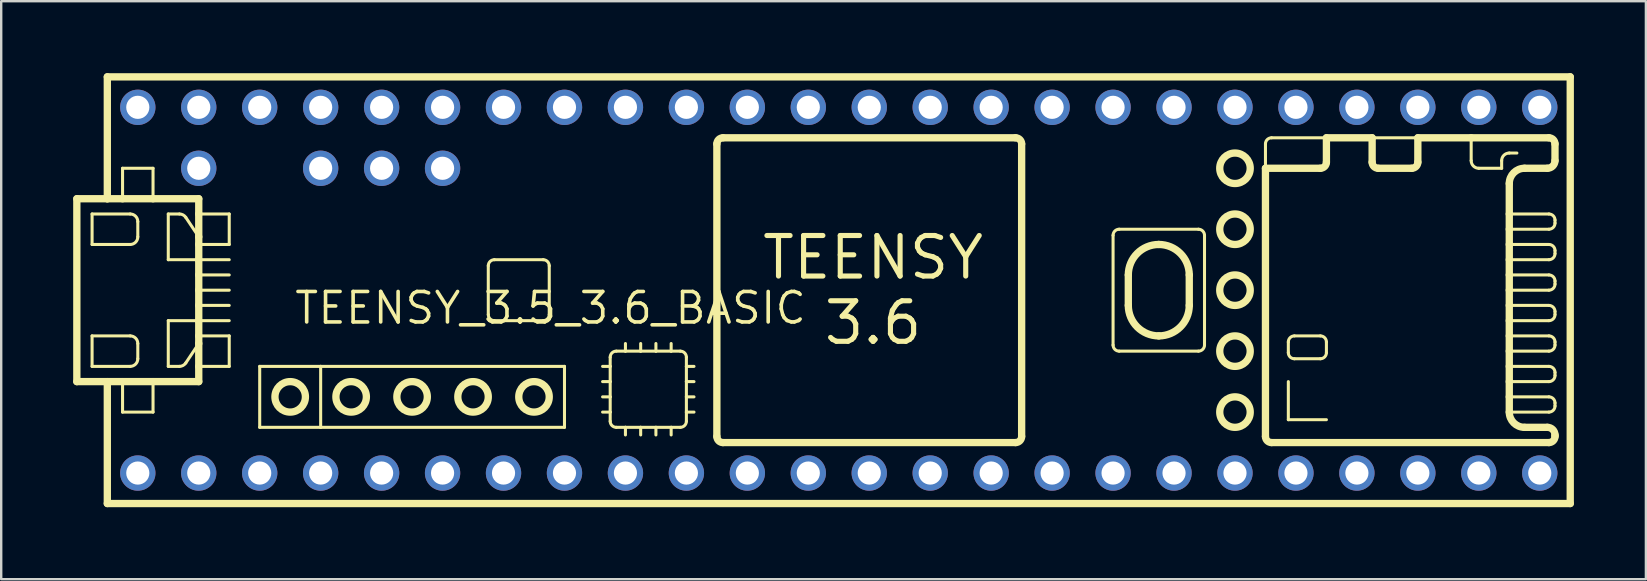
<source format=kicad_pcb>
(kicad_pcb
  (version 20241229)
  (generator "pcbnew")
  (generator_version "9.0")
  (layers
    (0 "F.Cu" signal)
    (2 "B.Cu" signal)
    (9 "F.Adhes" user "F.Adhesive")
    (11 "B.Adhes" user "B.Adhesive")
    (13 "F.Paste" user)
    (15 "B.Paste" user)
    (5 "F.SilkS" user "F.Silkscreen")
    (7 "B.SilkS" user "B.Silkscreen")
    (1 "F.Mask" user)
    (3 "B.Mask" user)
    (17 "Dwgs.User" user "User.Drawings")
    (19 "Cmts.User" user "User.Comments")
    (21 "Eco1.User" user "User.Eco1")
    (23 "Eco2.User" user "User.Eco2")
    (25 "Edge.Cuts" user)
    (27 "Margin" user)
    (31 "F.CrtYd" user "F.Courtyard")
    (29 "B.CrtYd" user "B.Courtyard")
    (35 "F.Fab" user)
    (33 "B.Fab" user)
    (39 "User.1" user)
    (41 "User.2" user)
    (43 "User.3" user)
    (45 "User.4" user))
  (footprint "TEENSY_3.5_3.6_BASIC"
    (layer "F.Cu")
    (at 30.632 9.042)
    (property "Reference" "TEENSY_3.5_3.6_BASIC" (at 0 0 0) (layer "F.SilkS") (effects (font (size 1.27 1.27) (thickness 0.15)) (justify right top)))
    (attr through_hole)
    (fp_line (start -30.48 -3.81) (end -30.48 3.81) (stroke (width 0.305) (type solid)) (layer "F.SilkS"))
    (fp_line (start -30.48 3.81) (end -29.21 3.81) (stroke (width 0.305) (type solid)) (layer "F.SilkS"))
    (fp_line (start -29.845 -3.175) (end -29.845 -1.905) (stroke (width 0.127) (type solid)) (layer "F.SilkS"))
    (fp_line (start -29.845 -3.175) (end -28.258 -3.175) (stroke (width 0.127) (type solid)) (layer "F.SilkS"))
    (fp_line (start -29.845 1.905) (end -29.845 3.175) (stroke (width 0.127) (type solid)) (layer "F.SilkS"))
    (fp_line (start -29.845 3.175) (end -28.258 3.175) (stroke (width 0.127) (type solid)) (layer "F.SilkS"))
    (fp_line (start -29.21 -8.89) (end -29.21 -3.81) (stroke (width 0.305) (type solid)) (layer "F.SilkS"))
    (fp_line (start -29.21 -8.89) (end 31.75 -8.89) (stroke (width 0.305) (type solid)) (layer "F.SilkS"))
    (fp_line (start -29.21 -3.81) (end -30.48 -3.81) (stroke (width 0.305) (type solid)) (layer "F.SilkS"))
    (fp_line (start -29.21 3.81) (end -28.575 3.81) (stroke (width 0.305) (type solid)) (layer "F.SilkS"))
    (fp_line (start -29.21 8.89) (end -29.21 3.81) (stroke (width 0.305) (type solid)) (layer "F.SilkS"))
    (fp_line (start -28.575 -5.08) (end -27.305 -5.08) (stroke (width 0.127) (type solid)) (layer "F.SilkS"))
    (fp_line (start -28.575 -3.81) (end -29.21 -3.81) (stroke (width 0.305) (type solid)) (layer "F.SilkS"))
    (fp_line (start -28.575 -3.81) (end -28.575 -5.08) (stroke (width 0.127) (type solid)) (layer "F.SilkS"))
    (fp_line (start -28.575 3.81) (end -28.575 5.08) (stroke (width 0.127) (type solid)) (layer "F.SilkS"))
    (fp_line (start -28.575 3.81) (end -27.305 3.81) (stroke (width 0.305) (type solid)) (layer "F.SilkS"))
    (fp_line (start -28.575 5.08) (end -27.305 5.08) (stroke (width 0.127) (type solid)) (layer "F.SilkS"))
    (fp_line (start -28.258 -1.905) (end -29.845 -1.905) (stroke (width 0.127) (type solid)) (layer "F.SilkS"))
    (fp_line (start -28.258 1.905) (end -29.845 1.905) (stroke (width 0.127) (type solid)) (layer "F.SilkS"))
    (fp_line (start -27.94 -2.857) (end -27.94 -2.223) (stroke (width 0.127) (type solid)) (layer "F.SilkS"))
    (fp_line (start -27.94 2.857) (end -27.94 2.223) (stroke (width 0.127) (type solid)) (layer "F.SilkS"))
    (fp_line (start -27.305 -5.08) (end -27.305 -3.81) (stroke (width 0.127) (type solid)) (layer "F.SilkS"))
    (fp_line (start -27.305 -3.81) (end -28.575 -3.81) (stroke (width 0.305) (type solid)) (layer "F.SilkS"))
    (fp_line (start -27.305 3.81) (end -25.4 3.81) (stroke (width 0.305) (type solid)) (layer "F.SilkS"))
    (fp_line (start -27.305 5.08) (end -27.305 3.81) (stroke (width 0.127) (type solid)) (layer "F.SilkS"))
    (fp_line (start -26.67 -3.175) (end -26.205 -3.175) (stroke (width 0.127) (type solid)) (layer "F.SilkS"))
    (fp_line (start -26.67 -1.27) (end -26.67 -3.175) (stroke (width 0.127) (type solid)) (layer "F.SilkS"))
    (fp_line (start -26.67 1.27) (end -26.67 3.175) (stroke (width 0.127) (type solid)) (layer "F.SilkS"))
    (fp_line (start -26.67 3.175) (end -26.205 3.175) (stroke (width 0.127) (type solid)) (layer "F.SilkS"))
    (fp_line (start -25.941 -3.034) (end -25.4 -2.223) (stroke (width 0.127) (type solid)) (layer "F.SilkS"))
    (fp_line (start -25.941 3.034) (end -25.4 2.223) (stroke (width 0.127) (type solid)) (layer "F.SilkS"))
    (fp_line (start -25.4 -3.81) (end -27.305 -3.81) (stroke (width 0.305) (type solid)) (layer "F.SilkS"))
    (fp_line (start -25.4 -3.175) (end -25.4 -3.81) (stroke (width 0.305) (type solid)) (layer "F.SilkS"))
    (fp_line (start -25.4 -2.223) (end -25.4 -3.175) (stroke (width 0.305) (type solid)) (layer "F.SilkS"))
    (fp_line (start -25.4 -1.905) (end -25.4 -2.223) (stroke (width 0.305) (type solid)) (layer "F.SilkS"))
    (fp_line (start -25.4 -1.905) (end -24.13 -1.905) (stroke (width 0.127) (type solid)) (layer "F.SilkS"))
    (fp_line (start -25.4 -1.27) (end -26.67 -1.27) (stroke (width 0.127) (type solid)) (layer "F.SilkS"))
    (fp_line (start -25.4 -1.27) (end -25.4 -1.905) (stroke (width 0.305) (type solid)) (layer "F.SilkS"))
    (fp_line (start -25.4 -1.27) (end -24.13 -1.27) (stroke (width 0.127) (type solid)) (layer "F.SilkS"))
    (fp_line (start -25.4 -0.635) (end -25.4 -1.27) (stroke (width 0.305) (type solid)) (layer "F.SilkS"))
    (fp_line (start -25.4 -0.635) (end -24.13 -0.635) (stroke (width 0.127) (type solid)) (layer "F.SilkS"))
    (fp_line (start -25.4 0) (end -25.4 -0.635) (stroke (width 0.305) (type solid)) (layer "F.SilkS"))
    (fp_line (start -25.4 0) (end -24.13 0) (stroke (width 0.127) (type solid)) (layer "F.SilkS"))
    (fp_line (start -25.4 0.635) (end -25.4 0) (stroke (width 0.305) (type solid)) (layer "F.SilkS"))
    (fp_line (start -25.4 0.635) (end -24.13 0.635) (stroke (width 0.127) (type solid)) (layer "F.SilkS"))
    (fp_line (start -25.4 1.27) (end -26.67 1.27) (stroke (width 0.127) (type solid)) (layer "F.SilkS"))
    (fp_line (start -25.4 1.27) (end -25.4 0.635) (stroke (width 0.305) (type solid)) (layer "F.SilkS"))
    (fp_line (start -25.4 1.27) (end -24.13 1.27) (stroke (width 0.127) (type solid)) (layer "F.SilkS"))
    (fp_line (start -25.4 1.905) (end -25.4 1.27) (stroke (width 0.305) (type solid)) (layer "F.SilkS"))
    (fp_line (start -25.4 1.905) (end -24.13 1.905) (stroke (width 0.127) (type solid)) (layer "F.SilkS"))
    (fp_line (start -25.4 2.223) (end -25.4 1.905) (stroke (width 0.305) (type solid)) (layer "F.SilkS"))
    (fp_line (start -25.4 3.175) (end -25.4 2.223) (stroke (width 0.305) (type solid)) (layer "F.SilkS"))
    (fp_line (start -25.4 3.81) (end -25.4 3.175) (stroke (width 0.305) (type solid)) (layer "F.SilkS"))
    (fp_line (start -24.13 -3.175) (end -25.4 -3.175) (stroke (width 0.127) (type solid)) (layer "F.SilkS"))
    (fp_line (start -24.13 -1.905) (end -24.13 -3.175) (stroke (width 0.127) (type solid)) (layer "F.SilkS"))
    (fp_line (start -24.13 1.905) (end -24.13 3.175) (stroke (width 0.127) (type solid)) (layer "F.SilkS"))
    (fp_line (start -24.13 3.175) (end -25.4 3.175) (stroke (width 0.127) (type solid)) (layer "F.SilkS"))
    (fp_line (start -22.86 3.175) (end -20.32 3.175) (stroke (width 0.127) (type solid)) (layer "F.SilkS"))
    (fp_line (start -22.86 5.715) (end -22.86 3.175) (stroke (width 0.127) (type solid)) (layer "F.SilkS"))
    (fp_line (start -20.32 3.175) (end -20.32 5.715) (stroke (width 0.127) (type solid)) (layer "F.SilkS"))
    (fp_line (start -20.32 3.175) (end -10.16 3.175) (stroke (width 0.127) (type solid)) (layer "F.SilkS"))
    (fp_line (start -20.32 5.715) (end -22.86 5.715) (stroke (width 0.127) (type solid)) (layer "F.SilkS"))
    (fp_line (start -13.335 -1.016) (end -13.335 1.016) (stroke (width 0.127) (type solid)) (layer "F.SilkS"))
    (fp_line (start -13.081 1.27) (end -11.049 1.27) (stroke (width 0.127) (type solid)) (layer "F.SilkS"))
    (fp_line (start -11.049 -1.27) (end -13.081 -1.27) (stroke (width 0.127) (type solid)) (layer "F.SilkS"))
    (fp_line (start -10.795 1.016) (end -10.795 -1.016) (stroke (width 0.127) (type solid)) (layer "F.SilkS"))
    (fp_line (start -10.16 3.175) (end -10.16 5.715) (stroke (width 0.127) (type solid)) (layer "F.SilkS"))
    (fp_line (start -10.16 5.715) (end -20.32 5.715) (stroke (width 0.127) (type solid)) (layer "F.SilkS"))
    (fp_line (start -8.255 2.794) (end -8.255 3.175) (stroke (width 0.127) (type solid)) (layer "F.SilkS"))
    (fp_line (start -8.255 3.175) (end -8.572 3.175) (stroke (width 0.127) (type solid)) (layer "F.SilkS"))
    (fp_line (start -8.255 3.175) (end -8.255 3.81) (stroke (width 0.127) (type solid)) (layer "F.SilkS"))
    (fp_line (start -8.255 3.81) (end -8.572 3.81) (stroke (width 0.127) (type solid)) (layer "F.SilkS"))
    (fp_line (start -8.255 3.81) (end -8.255 4.445) (stroke (width 0.127) (type solid)) (layer "F.SilkS"))
    (fp_line (start -8.255 4.445) (end -8.572 4.445) (stroke (width 0.127) (type solid)) (layer "F.SilkS"))
    (fp_line (start -8.255 4.445) (end -8.255 5.08) (stroke (width 0.127) (type solid)) (layer "F.SilkS"))
    (fp_line (start -8.255 5.08) (end -8.572 5.08) (stroke (width 0.127) (type solid)) (layer "F.SilkS"))
    (fp_line (start -8.255 5.08) (end -8.255 5.461) (stroke (width 0.127) (type solid)) (layer "F.SilkS"))
    (fp_line (start -8.001 5.715) (end -7.62 5.715) (stroke (width 0.127) (type solid)) (layer "F.SilkS"))
    (fp_line (start -7.62 2.54) (end -8.001 2.54) (stroke (width 0.127) (type solid)) (layer "F.SilkS"))
    (fp_line (start -7.62 2.54) (end -7.62 2.223) (stroke (width 0.127) (type solid)) (layer "F.SilkS"))
    (fp_line (start -7.62 5.715) (end -7.62 6.032) (stroke (width 0.127) (type solid)) (layer "F.SilkS"))
    (fp_line (start -7.62 5.715) (end -6.985 5.715) (stroke (width 0.127) (type solid)) (layer "F.SilkS"))
    (fp_line (start -6.985 2.54) (end -7.62 2.54) (stroke (width 0.127) (type solid)) (layer "F.SilkS"))
    (fp_line (start -6.985 2.54) (end -6.985 2.223) (stroke (width 0.127) (type solid)) (layer "F.SilkS"))
    (fp_line (start -6.985 5.715) (end -6.985 6.032) (stroke (width 0.127) (type solid)) (layer "F.SilkS"))
    (fp_line (start -6.985 5.715) (end -6.35 5.715) (stroke (width 0.127) (type solid)) (layer "F.SilkS"))
    (fp_line (start -6.35 2.54) (end -6.985 2.54) (stroke (width 0.127) (type solid)) (layer "F.SilkS"))
    (fp_line (start -6.35 2.54) (end -6.35 2.223) (stroke (width 0.127) (type solid)) (layer "F.SilkS"))
    (fp_line (start -6.35 5.715) (end -6.35 6.032) (stroke (width 0.127) (type solid)) (layer "F.SilkS"))
    (fp_line (start -6.35 5.715) (end -5.715 5.715) (stroke (width 0.127) (type solid)) (layer "F.SilkS"))
    (fp_line (start -5.715 2.54) (end -6.35 2.54) (stroke (width 0.127) (type solid)) (layer "F.SilkS"))
    (fp_line (start -5.715 2.54) (end -5.715 2.223) (stroke (width 0.127) (type solid)) (layer "F.SilkS"))
    (fp_line (start -5.715 5.715) (end -5.715 6.032) (stroke (width 0.127) (type solid)) (layer "F.SilkS"))
    (fp_line (start -5.715 5.715) (end -5.334 5.715) (stroke (width 0.127) (type solid)) (layer "F.SilkS"))
    (fp_line (start -5.334 2.54) (end -5.715 2.54) (stroke (width 0.127) (type solid)) (layer "F.SilkS"))
    (fp_line (start -5.08 3.175) (end -5.08 2.794) (stroke (width 0.127) (type solid)) (layer "F.SilkS"))
    (fp_line (start -5.08 3.175) (end -4.763 3.175) (stroke (width 0.127) (type solid)) (layer "F.SilkS"))
    (fp_line (start -5.08 3.81) (end -5.08 3.175) (stroke (width 0.127) (type solid)) (layer "F.SilkS"))
    (fp_line (start -5.08 3.81) (end -4.763 3.81) (stroke (width 0.127) (type solid)) (layer "F.SilkS"))
    (fp_line (start -5.08 4.445) (end -5.08 3.81) (stroke (width 0.127) (type solid)) (layer "F.SilkS"))
    (fp_line (start -5.08 4.445) (end -4.763 4.445) (stroke (width 0.127) (type solid)) (layer "F.SilkS"))
    (fp_line (start -5.08 5.08) (end -5.08 4.445) (stroke (width 0.127) (type solid)) (layer "F.SilkS"))
    (fp_line (start -5.08 5.08) (end -4.763 5.08) (stroke (width 0.127) (type solid)) (layer "F.SilkS"))
    (fp_line (start -5.08 5.461) (end -5.08 5.08) (stroke (width 0.127) (type solid)) (layer "F.SilkS"))
    (fp_line (start -3.81 6.096) (end -3.81 -6.096) (stroke (width 0.305) (type solid)) (layer "F.SilkS"))
    (fp_line (start -3.556 -6.35) (end 8.636 -6.35) (stroke (width 0.305) (type solid)) (layer "F.SilkS"))
    (fp_line (start 8.636 6.35) (end -3.556 6.35) (stroke (width 0.305) (type solid)) (layer "F.SilkS"))
    (fp_line (start 8.89 -6.096) (end 8.89 6.096) (stroke (width 0.305) (type solid)) (layer "F.SilkS"))
    (fp_line (start 12.7 -2.286) (end 12.7 2.286) (stroke (width 0.127) (type solid)) (layer "F.SilkS"))
    (fp_line (start 12.954 2.54) (end 16.256 2.54) (stroke (width 0.127) (type solid)) (layer "F.SilkS"))
    (fp_line (start 13.335 0.635) (end 13.335 -0.635) (stroke (width 0.305) (type solid)) (layer "F.SilkS"))
    (fp_line (start 15.875 -0.635) (end 15.875 0.635) (stroke (width 0.305) (type solid)) (layer "F.SilkS"))
    (fp_line (start 16.256 -2.54) (end 12.954 -2.54) (stroke (width 0.127) (type solid)) (layer "F.SilkS"))
    (fp_line (start 16.51 2.286) (end 16.51 -2.286) (stroke (width 0.127) (type solid)) (layer "F.SilkS"))
    (fp_line (start 19.05 -5.08) (end 19.05 -6.096) (stroke (width 0.127) (type solid)) (layer "F.SilkS"))
    (fp_line (start 19.05 -5.08) (end 21.336 -5.08) (stroke (width 0.305) (type solid)) (layer "F.SilkS"))
    (fp_line (start 19.05 6.096) (end 19.05 -5.08) (stroke (width 0.305) (type solid)) (layer "F.SilkS"))
    (fp_line (start 19.304 -6.35) (end 21.59 -6.35) (stroke (width 0.127) (type solid)) (layer "F.SilkS"))
    (fp_line (start 20.003 2.159) (end 20.003 2.603) (stroke (width 0.127) (type solid)) (layer "F.SilkS"))
    (fp_line (start 20.003 3.81) (end 20.003 5.397) (stroke (width 0.127) (type solid)) (layer "F.SilkS"))
    (fp_line (start 20.003 5.397) (end 21.59 5.397) (stroke (width 0.127) (type solid)) (layer "F.SilkS"))
    (fp_line (start 20.256 2.857) (end 21.336 2.857) (stroke (width 0.127) (type solid)) (layer "F.SilkS"))
    (fp_line (start 21.336 1.905) (end 20.256 1.905) (stroke (width 0.127) (type solid)) (layer "F.SilkS"))
    (fp_line (start 21.59 -6.35) (end 23.495 -6.35) (stroke (width 0.305) (type solid)) (layer "F.SilkS"))
    (fp_line (start 21.59 -5.334) (end 21.59 -6.35) (stroke (width 0.305) (type solid)) (layer "F.SilkS"))
    (fp_line (start 21.59 2.603) (end 21.59 2.159) (stroke (width 0.127) (type solid)) (layer "F.SilkS"))
    (fp_line (start 23.495 -6.35) (end 23.495 -5.334) (stroke (width 0.305) (type solid)) (layer "F.SilkS"))
    (fp_line (start 23.495 -6.35) (end 25.4 -6.35) (stroke (width 0.127) (type solid)) (layer "F.SilkS"))
    (fp_line (start 23.749 -5.08) (end 25.146 -5.08) (stroke (width 0.305) (type solid)) (layer "F.SilkS"))
    (fp_line (start 25.4 -6.35) (end 27.622 -6.35) (stroke (width 0.305) (type solid)) (layer "F.SilkS"))
    (fp_line (start 25.4 -5.334) (end 25.4 -6.35) (stroke (width 0.305) (type solid)) (layer "F.SilkS"))
    (fp_line (start 27.622 -6.35) (end 27.622 -5.397) (stroke (width 0.127) (type solid)) (layer "F.SilkS"))
    (fp_line (start 27.622 -6.35) (end 30.861 -6.35) (stroke (width 0.305) (type solid)) (layer "F.SilkS"))
    (fp_line (start 27.94 -5.08) (end 28.892 -5.08) (stroke (width 0.127) (type solid)) (layer "F.SilkS"))
    (fp_line (start 28.892 -5.08) (end 28.892 -5.397) (stroke (width 0.127) (type solid)) (layer "F.SilkS"))
    (fp_line (start 29.21 -5.715) (end 29.527 -5.715) (stroke (width 0.127) (type solid)) (layer "F.SilkS"))
    (fp_line (start 29.21 -4.445) (end 29.21 -3.175) (stroke (width 0.305) (type solid)) (layer "F.SilkS"))
    (fp_line (start 29.21 -3.175) (end 29.21 -2.54) (stroke (width 0.305) (type solid)) (layer "F.SilkS"))
    (fp_line (start 29.21 -3.175) (end 30.861 -3.175) (stroke (width 0.127) (type solid)) (layer "F.SilkS"))
    (fp_line (start 29.21 -2.54) (end 29.21 -1.905) (stroke (width 0.305) (type solid)) (layer "F.SilkS"))
    (fp_line (start 29.21 -1.905) (end 29.21 -1.27) (stroke (width 0.305) (type solid)) (layer "F.SilkS"))
    (fp_line (start 29.21 -1.905) (end 30.861 -1.905) (stroke (width 0.127) (type solid)) (layer "F.SilkS"))
    (fp_line (start 29.21 -1.27) (end 29.21 -0.635) (stroke (width 0.305) (type solid)) (layer "F.SilkS"))
    (fp_line (start 29.21 -0.635) (end 29.21 0) (stroke (width 0.305) (type solid)) (layer "F.SilkS"))
    (fp_line (start 29.21 -0.635) (end 30.861 -0.635) (stroke (width 0.127) (type solid)) (layer "F.SilkS"))
    (fp_line (start 29.21 0) (end 29.21 0.635) (stroke (width 0.305) (type solid)) (layer "F.SilkS"))
    (fp_line (start 29.21 0.635) (end 29.21 1.27) (stroke (width 0.305) (type solid)) (layer "F.SilkS"))
    (fp_line (start 29.21 0.635) (end 30.861 0.635) (stroke (width 0.127) (type solid)) (layer "F.SilkS"))
    (fp_line (start 29.21 1.27) (end 29.21 1.905) (stroke (width 0.305) (type solid)) (layer "F.SilkS"))
    (fp_line (start 29.21 1.905) (end 29.21 2.54) (stroke (width 0.305) (type solid)) (layer "F.SilkS"))
    (fp_line (start 29.21 1.905) (end 30.861 1.905) (stroke (width 0.127) (type solid)) (layer "F.SilkS"))
    (fp_line (start 29.21 2.54) (end 29.21 3.175) (stroke (width 0.305) (type solid)) (layer "F.SilkS"))
    (fp_line (start 29.21 3.175) (end 29.21 3.81) (stroke (width 0.305) (type solid)) (layer "F.SilkS"))
    (fp_line (start 29.21 3.175) (end 30.861 3.175) (stroke (width 0.127) (type solid)) (layer "F.SilkS"))
    (fp_line (start 29.21 3.81) (end 29.21 4.445) (stroke (width 0.305) (type solid)) (layer "F.SilkS"))
    (fp_line (start 29.21 4.445) (end 29.21 5.08) (stroke (width 0.305) (type solid)) (layer "F.SilkS"))
    (fp_line (start 29.21 4.445) (end 30.861 4.445) (stroke (width 0.127) (type solid)) (layer "F.SilkS"))
    (fp_line (start 29.845 5.715) (end 30.797 5.715) (stroke (width 0.305) (type solid)) (layer "F.SilkS"))
    (fp_line (start 30.797 -5.08) (end 29.845 -5.08) (stroke (width 0.305) (type solid)) (layer "F.SilkS"))
    (fp_line (start 30.861 -2.54) (end 29.21 -2.54) (stroke (width 0.127) (type solid)) (layer "F.SilkS"))
    (fp_line (start 30.861 -1.27) (end 29.21 -1.27) (stroke (width 0.127) (type solid)) (layer "F.SilkS"))
    (fp_line (start 30.861 0) (end 29.21 0) (stroke (width 0.127) (type solid)) (layer "F.SilkS"))
    (fp_line (start 30.861 1.27) (end 29.21 1.27) (stroke (width 0.127) (type solid)) (layer "F.SilkS"))
    (fp_line (start 30.861 2.54) (end 29.21 2.54) (stroke (width 0.127) (type solid)) (layer "F.SilkS"))
    (fp_line (start 30.861 3.81) (end 29.21 3.81) (stroke (width 0.127) (type solid)) (layer "F.SilkS"))
    (fp_line (start 30.861 5.08) (end 29.21 5.08) (stroke (width 0.127) (type solid)) (layer "F.SilkS"))
    (fp_line (start 30.861 6.35) (end 19.304 6.35) (stroke (width 0.305) (type solid)) (layer "F.SilkS"))
    (fp_line (start 31.115 -6.096) (end 31.115 -5.397) (stroke (width 0.305) (type solid)) (layer "F.SilkS"))
    (fp_line (start 31.115 -2.921) (end 31.115 -2.794) (stroke (width 0.127) (type solid)) (layer "F.SilkS"))
    (fp_line (start 31.115 -1.651) (end 31.115 -1.524) (stroke (width 0.127) (type solid)) (layer "F.SilkS"))
    (fp_line (start 31.115 -0.381) (end 31.115 -0.254) (stroke (width 0.127) (type solid)) (layer "F.SilkS"))
    (fp_line (start 31.115 0.889) (end 31.115 1.016) (stroke (width 0.127) (type solid)) (layer "F.SilkS"))
    (fp_line (start 31.115 2.159) (end 31.115 2.286) (stroke (width 0.127) (type solid)) (layer "F.SilkS"))
    (fp_line (start 31.115 3.429) (end 31.115 3.556) (stroke (width 0.127) (type solid)) (layer "F.SilkS"))
    (fp_line (start 31.115 4.699) (end 31.115 4.826) (stroke (width 0.127) (type solid)) (layer "F.SilkS"))
    (fp_line (start 31.115 6.032) (end 31.115 6.096) (stroke (width 0.305) (type solid)) (layer "F.SilkS"))
    (fp_line (start 31.75 -8.89) (end 31.75 8.89) (stroke (width 0.305) (type solid)) (layer "F.SilkS"))
    (fp_line (start 31.75 8.89) (end -29.21 8.89) (stroke (width 0.305) (type solid)) (layer "F.SilkS"))
    (fp_arc (start -28.2575 -3.175) (mid -28.032994 -3.082006) (end -27.94 -2.8575) (stroke (width 0.127) (type solid)) (layer "F.SilkS"))
    (fp_arc (start -28.2575 1.905) (mid -28.032994 1.997994) (end -27.94 2.2225) (stroke (width 0.127) (type solid)) (layer "F.SilkS"))
    (fp_arc (start -27.94 -2.2225) (mid -28.032994 -1.997994) (end -28.2575 -1.905) (stroke (width 0.127) (type solid)) (layer "F.SilkS"))
    (fp_arc (start -27.94 2.8575) (mid -28.032994 3.082006) (end -28.2575 3.175) (stroke (width 0.127) (type solid)) (layer "F.SilkS"))
    (fp_arc (start -26.204921 -3.175) (mid -26.055104 -3.137431) (end -25.940741 -3.033615) (stroke (width 0.127) (type solid)) (layer "F.SilkS"))
    (fp_arc (start -25.940741 3.033615) (mid -26.055104 3.137432) (end -26.204921 3.175) (stroke (width 0.127) (type solid)) (layer "F.SilkS"))
    (fp_arc (start -13.335 -1.016) (mid -13.260605 -1.195605) (end -13.081 -1.27) (stroke (width 0.127) (type solid)) (layer "F.SilkS"))
    (fp_arc (start -13.081 1.27) (mid -13.260605 1.195605) (end -13.335 1.016) (stroke (width 0.127) (type solid)) (layer "F.SilkS"))
    (fp_arc (start -11.049 -1.27) (mid -10.869395 -1.195605) (end -10.795 -1.016) (stroke (width 0.127) (type solid)) (layer "F.SilkS"))
    (fp_arc (start -10.795 1.016) (mid -10.869395 1.195605) (end -11.049 1.27) (stroke (width 0.127) (type solid)) (layer "F.SilkS"))
    (fp_arc (start -8.255 2.794) (mid -8.180605 2.614395) (end -8.001 2.54) (stroke (width 0.127) (type solid)) (layer "F.SilkS"))
    (fp_arc (start -8.001 5.715) (mid -8.180605 5.640605) (end -8.255 5.461) (stroke (width 0.127) (type solid)) (layer "F.SilkS"))
    (fp_arc (start -5.334 2.54) (mid -5.154395 2.614395) (end -5.08 2.794) (stroke (width 0.127) (type solid)) (layer "F.SilkS"))
    (fp_arc (start -5.08 5.461) (mid -5.154395 5.640605) (end -5.334 5.715) (stroke (width 0.127) (type solid)) (layer "F.SilkS"))
    (fp_arc (start -3.81 -6.096) (mid -3.735605 -6.275605) (end -3.556 -6.35) (stroke (width 0.3048) (type solid)) (layer "F.SilkS"))
    (fp_arc (start -3.556 6.35) (mid -3.735605 6.275605) (end -3.81 6.096) (stroke (width 0.3048) (type solid)) (layer "F.SilkS"))
    (fp_arc (start 8.636 -6.35) (mid 8.815605 -6.275605) (end 8.89 -6.096) (stroke (width 0.3048) (type solid)) (layer "F.SilkS"))
    (fp_arc (start 8.89 6.096) (mid 8.815605 6.275605) (end 8.636 6.35) (stroke (width 0.3048) (type solid)) (layer "F.SilkS"))
    (fp_arc (start 12.7 -2.286) (mid 12.774395 -2.465605) (end 12.954 -2.54) (stroke (width 0.127) (type solid)) (layer "F.SilkS"))
    (fp_arc (start 12.954 2.54) (mid 12.774395 2.465605) (end 12.7 2.286) (stroke (width 0.127) (type solid)) (layer "F.SilkS"))
    (fp_arc (start 13.335 -0.635) (mid 13.706975 -1.533025) (end 14.605001 -1.904999) (stroke (width 0.3048) (type solid)) (layer "F.SilkS"))
    (fp_arc (start 14.605 -1.905) (mid 15.503026 -1.533025) (end 15.875001 -0.634999) (stroke (width 0.3048) (type solid)) (layer "F.SilkS"))
    (fp_arc (start 14.605 1.905) (mid 13.706974 1.533025) (end 13.334999 0.634999) (stroke (width 0.3048) (type solid)) (layer "F.SilkS"))
    (fp_arc (start 15.875 0.635) (mid 15.503025 1.533025) (end 14.604999 1.904999) (stroke (width 0.3048) (type solid)) (layer "F.SilkS"))
    (fp_arc (start 16.256 -2.54) (mid 16.435605 -2.465605) (end 16.51 -2.286) (stroke (width 0.127) (type solid)) (layer "F.SilkS"))
    (fp_arc (start 16.51 2.286) (mid 16.435605 2.465605) (end 16.256 2.54) (stroke (width 0.127) (type solid)) (layer "F.SilkS"))
    (fp_arc (start 19.05 -6.096) (mid 19.124395 -6.275605) (end 19.304 -6.35) (stroke (width 0.127) (type solid)) (layer "F.SilkS"))
    (fp_arc (start 19.304 6.35) (mid 19.124395 6.275605) (end 19.05 6.096) (stroke (width 0.3048) (type solid)) (layer "F.SilkS"))
    (fp_arc (start 20.0025 2.159) (mid 20.076895 1.979395) (end 20.2565 1.905) (stroke (width 0.127) (type solid)) (layer "F.SilkS"))
    (fp_arc (start 20.2565 2.8575) (mid 20.076895 2.783105) (end 20.0025 2.6035) (stroke (width 0.127) (type solid)) (layer "F.SilkS"))
    (fp_arc (start 21.336 1.905) (mid 21.515605 1.979395) (end 21.59 2.159) (stroke (width 0.127) (type solid)) (layer "F.SilkS"))
    (fp_arc (start 21.59 -5.334) (mid 21.515605 -5.154395) (end 21.336 -5.08) (stroke (width 0.3048) (type solid)) (layer "F.SilkS"))
    (fp_arc (start 21.59 2.6035) (mid 21.515605 2.783105) (end 21.336 2.8575) (stroke (width 0.127) (type solid)) (layer "F.SilkS"))
    (fp_arc (start 23.749 -5.08) (mid 23.569395 -5.154395) (end 23.495 -5.334) (stroke (width 0.3048) (type solid)) (layer "F.SilkS"))
    (fp_arc (start 25.4 -5.334) (mid 25.325605 -5.154395) (end 25.146 -5.08) (stroke (width 0.3048) (type solid)) (layer "F.SilkS"))
    (fp_arc (start 27.94 -5.08) (mid 27.715494 -5.172994) (end 27.6225 -5.3975) (stroke (width 0.127) (type solid)) (layer "F.SilkS"))
    (fp_arc (start 28.8925 -5.3975) (mid 28.985494 -5.622006) (end 29.21 -5.715) (stroke (width 0.127) (type solid)) (layer "F.SilkS"))
    (fp_arc (start 29.21 -4.445) (mid 29.395987 -4.894013) (end 29.845 -5.08) (stroke (width 0.3048) (type solid)) (layer "F.SilkS"))
    (fp_arc (start 29.845 5.715) (mid 29.395987 5.529013) (end 29.21 5.08) (stroke (width 0.3048) (type solid)) (layer "F.SilkS"))
    (fp_arc (start 30.7975 5.715) (mid 31.022006 5.807994) (end 31.115 6.0325) (stroke (width 0.3048) (type solid)) (layer "F.SilkS"))
    (fp_arc (start 30.861 -6.35) (mid 31.040605 -6.275605) (end 31.115 -6.096) (stroke (width 0.3048) (type solid)) (layer "F.SilkS"))
    (fp_arc (start 30.861 -3.175) (mid 31.040605 -3.100605) (end 31.115 -2.921) (stroke (width 0.127) (type solid)) (layer "F.SilkS"))
    (fp_arc (start 30.861 -1.905) (mid 31.040605 -1.830605) (end 31.115 -1.651) (stroke (width 0.127) (type solid)) (layer "F.SilkS"))
    (fp_arc (start 30.861 -0.635) (mid 31.040605 -0.560605) (end 31.115 -0.381) (stroke (width 0.127) (type solid)) (layer "F.SilkS"))
    (fp_arc (start 30.861 0.635) (mid 31.040605 0.709395) (end 31.115 0.889) (stroke (width 0.127) (type solid)) (layer "F.SilkS"))
    (fp_arc (start 30.861 1.905) (mid 31.040605 1.979395) (end 31.115 2.159) (stroke (width 0.127) (type solid)) (layer "F.SilkS"))
    (fp_arc (start 30.861 3.175) (mid 31.040605 3.249395) (end 31.115 3.429) (stroke (width 0.127) (type solid)) (layer "F.SilkS"))
    (fp_arc (start 30.861 4.445) (mid 31.040605 4.519395) (end 31.115 4.699) (stroke (width 0.127) (type solid)) (layer "F.SilkS"))
    (fp_arc (start 31.115 -5.3975) (mid 31.022006 -5.172994) (end 30.7975 -5.08) (stroke (width 0.3048) (type solid)) (layer "F.SilkS"))
    (fp_arc (start 31.115 -2.794) (mid 31.040605 -2.614395) (end 30.861 -2.54) (stroke (width 0.127) (type solid)) (layer "F.SilkS"))
    (fp_arc (start 31.115 -1.524) (mid 31.040605 -1.344395) (end 30.861 -1.27) (stroke (width 0.127) (type solid)) (layer "F.SilkS"))
    (fp_arc (start 31.115 -0.254) (mid 31.040605 -0.074395) (end 30.861 0) (stroke (width 0.127) (type solid)) (layer "F.SilkS"))
    (fp_arc (start 31.115 1.016) (mid 31.040605 1.195605) (end 30.861 1.27) (stroke (width 0.127) (type solid)) (layer "F.SilkS"))
    (fp_arc (start 31.115 2.286) (mid 31.040605 2.465605) (end 30.861 2.54) (stroke (width 0.127) (type solid)) (layer "F.SilkS"))
    (fp_arc (start 31.115 3.556) (mid 31.040605 3.735605) (end 30.861 3.81) (stroke (width 0.127) (type solid)) (layer "F.SilkS"))
    (fp_arc (start 31.115 4.826) (mid 31.040605 5.005605) (end 30.861 5.08) (stroke (width 0.127) (type solid)) (layer "F.SilkS"))
    (fp_arc (start 31.115 6.096) (mid 31.040605 6.275605) (end 30.861 6.35) (stroke (width 0.3048) (type solid)) (layer "F.SilkS"))
    (fp_circle (center -21.59 4.445) (end -20.955 4.445) (stroke (width 0.305) (type solid)) (fill no) (layer "F.SilkS"))
    (fp_circle (center -19.05 4.445) (end -18.415 4.445) (stroke (width 0.305) (type solid)) (fill no) (layer "F.SilkS"))
    (fp_circle (center -16.51 4.445) (end -15.875 4.445) (stroke (width 0.305) (type solid)) (fill no) (layer "F.SilkS"))
    (fp_circle (center -13.97 4.445) (end -13.335 4.445) (stroke (width 0.305) (type solid)) (fill no) (layer "F.SilkS"))
    (fp_circle (center -11.43 4.445) (end -10.795 4.445) (stroke (width 0.305) (type solid)) (fill no) (layer "F.SilkS"))
    (fp_circle (center 17.78 -5.08) (end 18.415 -5.08) (stroke (width 0.305) (type solid)) (fill no) (layer "F.SilkS"))
    (fp_circle (center 17.78 -2.54) (end 18.415 -2.54) (stroke (width 0.305) (type solid)) (fill no) (layer "F.SilkS"))
    (fp_circle (center 17.78 0) (end 18.415 0) (stroke (width 0.305) (type solid)) (fill no) (layer "F.SilkS"))
    (fp_circle (center 17.78 2.54) (end 18.415 2.54) (stroke (width 0.305) (type solid)) (fill no) (layer "F.SilkS"))
    (fp_circle (center 17.78 5.08) (end 18.415 5.08) (stroke (width 0.305) (type solid)) (fill no) (layer "F.SilkS"))
    (fp_text user "TEENSY\n3.6" (at 2.699 0 0) (layer "F.SilkS") (effects (font (size 1.689 1.689) (thickness 0.213))))
    (pad "0/RX" thru_hole circle (at -25.4 7.62) (size 1.473 1.473) (drill 0.965) (layers "*.Cu" "*.Mask"))
    (pad "1/TX" thru_hole circle (at -22.86 7.62) (size 1.473 1.473) (drill 0.965) (layers "*.Cu" "*.Mask"))
    (pad "2" thru_hole circle (at -20.32 7.62) (size 1.473 1.473) (drill 0.965) (layers "*.Cu" "*.Mask"))
    (pad "3/CANTX" thru_hole circle (at -17.78 7.62) (size 1.473 1.473) (drill 0.965) (layers "*.Cu" "*.Mask"))
    (pad "3V3" thru_hole circle (at 7.62 7.62) (size 1.473 1.473) (drill 0.965) (layers "*.Cu" "*.Mask"))
    (pad "3V3_LO" thru_hole circle (at -22.86 -7.62) (size 1.473 1.473) (drill 0.965) (layers "*.Cu" "*.Mask"))
    (pad "4/CANRX" thru_hole circle (at -15.24 7.62) (size 1.473 1.473) (drill 0.965) (layers "*.Cu" "*.Mask"))
    (pad "5" thru_hole circle (at -12.7 7.62) (size 1.473 1.473) (drill 0.965) (layers "*.Cu" "*.Mask"))
    (pad "6" thru_hole circle (at -10.16 7.62) (size 1.473 1.473) (drill 0.965) (layers "*.Cu" "*.Mask"))
    (pad "7" thru_hole circle (at -7.62 7.62) (size 1.473 1.473) (drill 0.965) (layers "*.Cu" "*.Mask"))
    (pad "8" thru_hole circle (at -5.08 7.62) (size 1.473 1.473) (drill 0.965) (layers "*.Cu" "*.Mask"))
    (pad "9/CS" thru_hole circle (at -2.54 7.62) (size 1.473 1.473) (drill 0.965) (layers "*.Cu" "*.Mask"))
    (pad "10/CS" thru_hole circle (at 0 7.62) (size 1.473 1.473) (drill 0.965) (layers "*.Cu" "*.Mask"))
    (pad "11/MOSI" thru_hole circle (at 2.54 7.62) (size 1.473 1.473) (drill 0.965) (layers "*.Cu" "*.Mask"))
    (pad "12/MISO" thru_hole circle (at 5.08 7.62) (size 1.473 1.473) (drill 0.965) (layers "*.Cu" "*.Mask"))
    (pad "13/SCK" thru_hole circle (at 5.08 -7.62) (size 1.473 1.473) (drill 0.965) (layers "*.Cu" "*.Mask"))
    (pad "14/A0" thru_hole circle (at 2.54 -7.62) (size 1.473 1.473) (drill 0.965) (layers "*.Cu" "*.Mask"))
    (pad "15/A1" thru_hole circle (at 0 -7.62) (size 1.473 1.473) (drill 0.965) (layers "*.Cu" "*.Mask"))
    (pad "16/A2" thru_hole circle (at -2.54 -7.62) (size 1.473 1.473) (drill 0.965) (layers "*.Cu" "*.Mask"))
    (pad "17/A3" thru_hole circle (at -5.08 -7.62) (size 1.473 1.473) (drill 0.965) (layers "*.Cu" "*.Mask"))
    (pad "18/A4/SDA" thru_hole circle (at -7.62 -7.62) (size 1.473 1.473) (drill 0.965) (layers "*.Cu" "*.Mask"))
    (pad "19/A5/SCL" thru_hole circle (at -10.16 -7.62) (size 1.473 1.473) (drill 0.965) (layers "*.Cu" "*.Mask"))
    (pad "20/A6" thru_hole circle (at -12.7 -7.62) (size 1.473 1.473) (drill 0.965) (layers "*.Cu" "*.Mask"))
    (pad "21/A7" thru_hole circle (at -15.24 -7.62) (size 1.473 1.473) (drill 0.965) (layers "*.Cu" "*.Mask"))
    (pad "21/DAC0" thru_hole circle (at 12.7 -7.62) (size 1.473 1.473) (drill 0.965) (layers "*.Cu" "*.Mask"))
    (pad "22/A8" thru_hole circle (at -17.78 -7.62) (size 1.473 1.473) (drill 0.965) (layers "*.Cu" "*.Mask"))
    (pad "23/A9" thru_hole circle (at -20.32 -7.62) (size 1.473 1.473) (drill 0.965) (layers "*.Cu" "*.Mask"))
    (pad "24" thru_hole circle (at 10.16 7.62) (size 1.473 1.473) (drill 0.965) (layers "*.Cu" "*.Mask"))
    (pad "25" thru_hole circle (at 12.7 7.62) (size 1.473 1.473) (drill 0.965) (layers "*.Cu" "*.Mask"))
    (pad "26" thru_hole circle (at 15.24 7.62) (size 1.473 1.473) (drill 0.965) (layers "*.Cu" "*.Mask"))
    (pad "27" thru_hole circle (at 17.78 7.62) (size 1.473 1.473) (drill 0.965) (layers "*.Cu" "*.Mask"))
    (pad "28" thru_hole circle (at 20.32 7.62) (size 1.473 1.473) (drill 0.965) (layers "*.Cu" "*.Mask"))
    (pad "29" thru_hole circle (at 22.86 7.62) (size 1.473 1.473) (drill 0.965) (layers "*.Cu" "*.Mask"))
    (pad "30" thru_hole circle (at 25.4 7.62) (size 1.473 1.473) (drill 0.965) (layers "*.Cu" "*.Mask"))
    (pad "31/A12" thru_hole circle (at 27.94 7.62) (size 1.473 1.473) (drill 0.965) (layers "*.Cu" "*.Mask"))
    (pad "32/A13" thru_hole circle (at 30.48 7.62) (size 1.473 1.473) (drill 0.965) (layers "*.Cu" "*.Mask"))
    (pad "33/A14" thru_hole circle (at 30.48 -7.62) (size 1.473 1.473) (drill 0.965) (layers "*.Cu" "*.Mask"))
    (pad "34/A15" thru_hole circle (at 27.94 -7.62) (size 1.473 1.473) (drill 0.965) (layers "*.Cu" "*.Mask"))
    (pad "35/A16" thru_hole circle (at 25.4 -7.62) (size 1.473 1.473) (drill 0.965) (layers "*.Cu" "*.Mask"))
    (pad "36/A17" thru_hole circle (at 22.86 -7.62) (size 1.473 1.473) (drill 0.965) (layers "*.Cu" "*.Mask"))
    (pad "37/A18" thru_hole circle (at 20.32 -7.62) (size 1.473 1.473) (drill 0.965) (layers "*.Cu" "*.Mask"))
    (pad "38/A19" thru_hole circle (at 17.78 -7.62) (size 1.473 1.473) (drill 0.965) (layers "*.Cu" "*.Mask"))
    (pad "39/A20" thru_hole circle (at 15.24 -7.62) (size 1.473 1.473) (drill 0.965) (layers "*.Cu" "*.Mask"))
    (pad "A10" thru_hole circle (at -17.78 -5.08) (size 1.473 1.473) (drill 0.965) (layers "*.Cu" "*.Mask"))
    (pad "A11" thru_hole circle (at -15.24 -5.08) (size 1.473 1.473) (drill 0.965) (layers "*.Cu" "*.Mask"))
    (pad "A22/DAC1" thru_hole circle (at 10.16 -7.62) (size 1.473 1.473) (drill 0.965) (layers "*.Cu" "*.Mask"))
    (pad "AGND" thru_hole circle (at -25.4 -7.62) (size 1.473 1.473) (drill 0.965) (layers "*.Cu" "*.Mask"))
    (pad "AREF" thru_hole circle (at -20.32 -5.08) (size 1.473 1.473) (drill 0.965) (layers "*.Cu" "*.Mask"))
    (pad "GND" thru_hole circle (at -27.94 7.62) (size 1.473 1.473) (drill 0.965) (layers "*.Cu" "*.Mask"))
    (pad "GND2" thru_hole circle (at 7.62 -7.62) (size 1.473 1.473) (drill 0.965) (layers "*.Cu" "*.Mask"))
    (pad "VIN" thru_hole circle (at -27.94 -7.62) (size 1.473 1.473) (drill 0.965) (layers "*.Cu" "*.Mask"))
    (pad "VUSB" thru_hole circle (at -25.4 -5.08) (size 1.473 1.473) (drill 0.965) (layers "*.Cu" "*.Mask")))
  (gr_rect
    (start -3 -3)
    (end 65.535 21.085)
    (stroke (width 0.1) (type default))
    (fill no)
    (layer "Edge.Cuts")))
</source>
